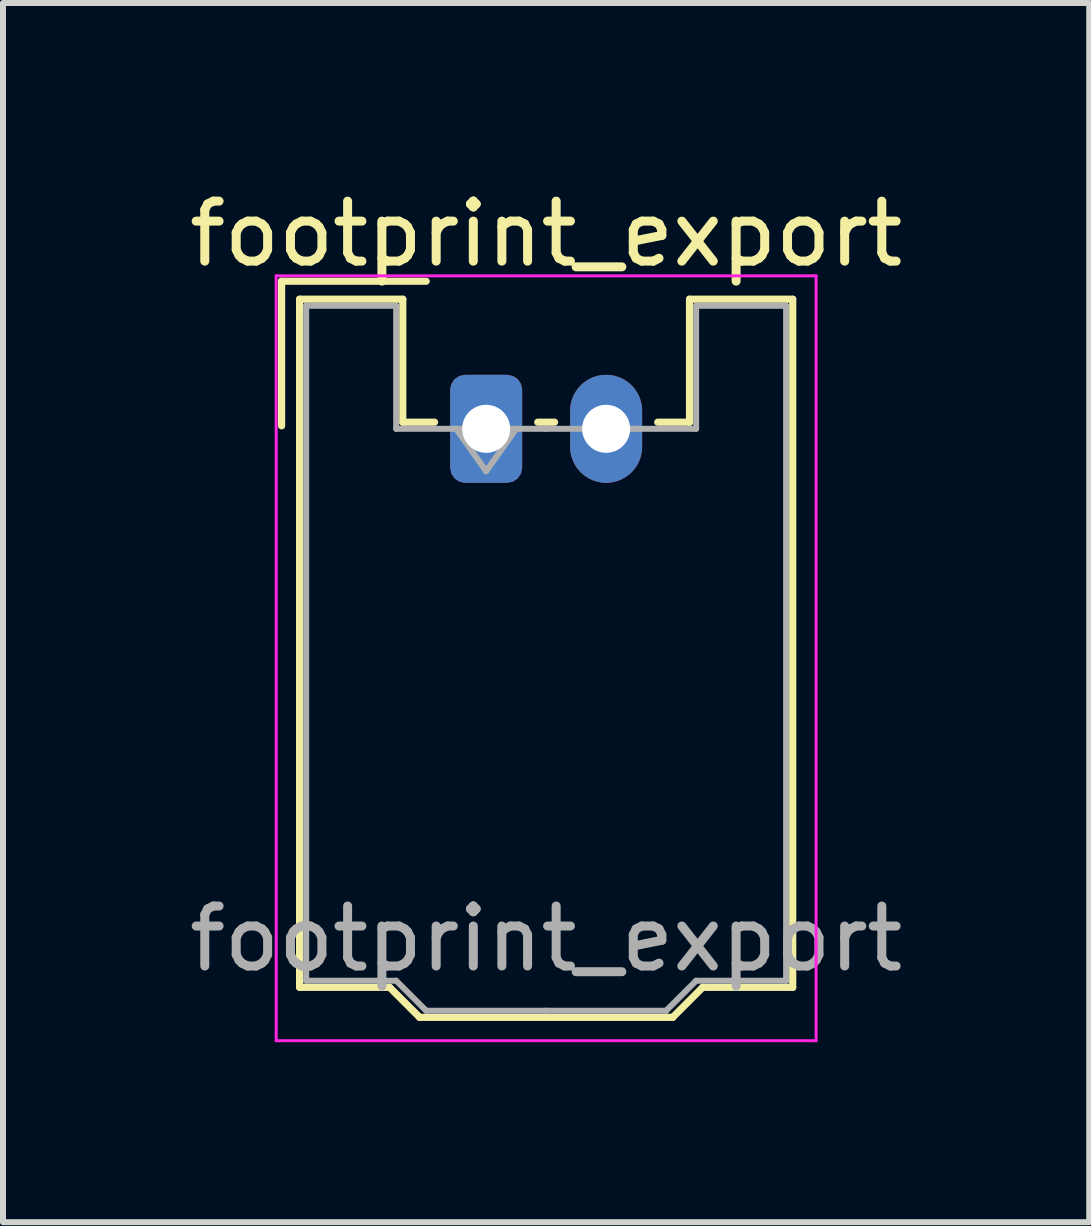
<source format=kicad_pcb>
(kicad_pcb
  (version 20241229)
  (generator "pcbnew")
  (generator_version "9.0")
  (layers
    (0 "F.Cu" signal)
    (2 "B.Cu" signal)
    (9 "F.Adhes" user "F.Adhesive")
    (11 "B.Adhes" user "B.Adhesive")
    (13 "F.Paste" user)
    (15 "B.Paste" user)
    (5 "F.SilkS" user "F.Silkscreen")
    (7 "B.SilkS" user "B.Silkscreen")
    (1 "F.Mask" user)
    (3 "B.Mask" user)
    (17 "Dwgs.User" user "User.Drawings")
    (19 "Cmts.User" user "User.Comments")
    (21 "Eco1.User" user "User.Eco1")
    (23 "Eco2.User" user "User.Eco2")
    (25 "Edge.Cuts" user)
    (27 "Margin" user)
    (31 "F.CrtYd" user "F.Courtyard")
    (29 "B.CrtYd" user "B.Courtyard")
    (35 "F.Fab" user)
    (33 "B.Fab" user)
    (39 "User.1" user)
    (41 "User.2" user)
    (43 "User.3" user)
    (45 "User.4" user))
  (footprint "footprint_export"
    (layer "F.Cu")
    (at 5.054 4.098)
    (property "Reference" "footprint_export" (at 1 -3.25 0) (layer "F.SilkS") (effects (font (size 1 1) (thickness 0.15))))
    (attr through_hole)
    (fp_line (start -3.41 -2.46) (end -1 -2.46) (stroke (width 0.12) (type solid)) (layer "F.SilkS"))
    (fp_line (start -3.41 -0.05) (end -3.41 -2.46) (stroke (width 0.12) (type solid)) (layer "F.SilkS"))
    (fp_line (start -3.11 -2.16) (end -1.39 -2.16) (stroke (width 0.12) (type solid)) (layer "F.SilkS"))
    (fp_line (start -3.11 9.31) (end -3.11 -2.16) (stroke (width 0.12) (type solid)) (layer "F.SilkS"))
    (fp_line (start -1.61 9.31) (end -3.11 9.31) (stroke (width 0.12) (type solid)) (layer "F.SilkS"))
    (fp_line (start -1.39 -2.16) (end -1.39 -0.11) (stroke (width 0.12) (type solid)) (layer "F.SilkS"))
    (fp_line (start -1.39 -0.11) (end -0.86 -0.11) (stroke (width 0.12) (type solid)) (layer "F.SilkS"))
    (fp_line (start -1.11 9.81) (end -1.61 9.31) (stroke (width 0.12) (type solid)) (layer "F.SilkS"))
    (fp_line (start 0.86 -0.11) (end 1.14 -0.11) (stroke (width 0.12) (type solid)) (layer "F.SilkS"))
    (fp_line (start 1 9.81) (end -1.11 9.81) (stroke (width 0.12) (type solid)) (layer "F.SilkS"))
    (fp_line (start 1 9.81) (end 3.11 9.81) (stroke (width 0.12) (type solid)) (layer "F.SilkS"))
    (fp_line (start 3.11 9.81) (end 3.61 9.31) (stroke (width 0.12) (type solid)) (layer "F.SilkS"))
    (fp_line (start 3.39 -2.16) (end 3.39 -0.11) (stroke (width 0.12) (type solid)) (layer "F.SilkS"))
    (fp_line (start 3.39 -0.11) (end 2.86 -0.11) (stroke (width 0.12) (type solid)) (layer "F.SilkS"))
    (fp_line (start 3.61 9.31) (end 5.11 9.31) (stroke (width 0.12) (type solid)) (layer "F.SilkS"))
    (fp_line (start 5.11 -2.16) (end 3.39 -2.16) (stroke (width 0.12) (type solid)) (layer "F.SilkS"))
    (fp_line (start 5.11 9.31) (end 5.11 -2.16) (stroke (width 0.12) (type solid)) (layer "F.SilkS"))
    (fp_line (start -3.5 -2.55) (end -3.5 10.2) (stroke (width 0.05) (type solid)) (layer "F.CrtYd"))
    (fp_line (start -3.5 10.2) (end 5.5 10.2) (stroke (width 0.05) (type solid)) (layer "F.CrtYd"))
    (fp_line (start 5.5 -2.55) (end -3.5 -2.55) (stroke (width 0.05) (type solid)) (layer "F.CrtYd"))
    (fp_line (start 5.5 10.2) (end 5.5 -2.55) (stroke (width 0.05) (type solid)) (layer "F.CrtYd"))
    (fp_line (start -3 -2.05) (end -1.5 -2.05) (stroke (width 0.1) (type solid)) (layer "F.Fab"))
    (fp_line (start -3 9.2) (end -3 -2.05) (stroke (width 0.1) (type solid)) (layer "F.Fab"))
    (fp_line (start -1.5 -2.05) (end -1.5 0) (stroke (width 0.1) (type solid)) (layer "F.Fab"))
    (fp_line (start -1.5 0) (end 1 0) (stroke (width 0.1) (type solid)) (layer "F.Fab"))
    (fp_line (start -1.5 9.2) (end -3 9.2) (stroke (width 0.1) (type solid)) (layer "F.Fab"))
    (fp_line (start -1 9.7) (end -1.5 9.2) (stroke (width 0.1) (type solid)) (layer "F.Fab"))
    (fp_line (start -0.5 0) (end 0 0.707) (stroke (width 0.1) (type solid)) (layer "F.Fab"))
    (fp_line (start 0 0.707) (end 0.5 0) (stroke (width 0.1) (type solid)) (layer "F.Fab"))
    (fp_line (start 1 9.7) (end -1 9.7) (stroke (width 0.1) (type solid)) (layer "F.Fab"))
    (fp_line (start 1 9.7) (end 3 9.7) (stroke (width 0.1) (type solid)) (layer "F.Fab"))
    (fp_line (start 3 9.7) (end 3.5 9.2) (stroke (width 0.1) (type solid)) (layer "F.Fab"))
    (fp_line (start 3.5 -2.05) (end 3.5 0) (stroke (width 0.1) (type solid)) (layer "F.Fab"))
    (fp_line (start 3.5 0) (end 1 0) (stroke (width 0.1) (type solid)) (layer "F.Fab"))
    (fp_line (start 3.5 9.2) (end 5 9.2) (stroke (width 0.1) (type solid)) (layer "F.Fab"))
    (fp_line (start 5 -2.05) (end 3.5 -2.05) (stroke (width 0.1) (type solid)) (layer "F.Fab"))
    (fp_line (start 5 9.2) (end 5 -2.05) (stroke (width 0.1) (type solid)) (layer "F.Fab"))
    (fp_text user "${REFERENCE}" (at 1 8.5 0) (layer "F.Fab") (effects (font (size 1 1) (thickness 0.15))))
    (pad "1" thru_hole roundrect (at 0 0) (size 1.2 1.8) (drill 0.8) (layers "*.Cu" "*.Mask") (roundrect_rratio 0.208))
    (pad "2" thru_hole oval (at 2 0) (size 1.2 1.8) (drill 0.8) (layers "*.Cu" "*.Mask")))
  (gr_rect
    (start -3 -3)
    (end 15.107 17.323)
    (stroke (width 0.1) (type default))
    (fill no)
    (layer "Edge.Cuts")))
</source>
